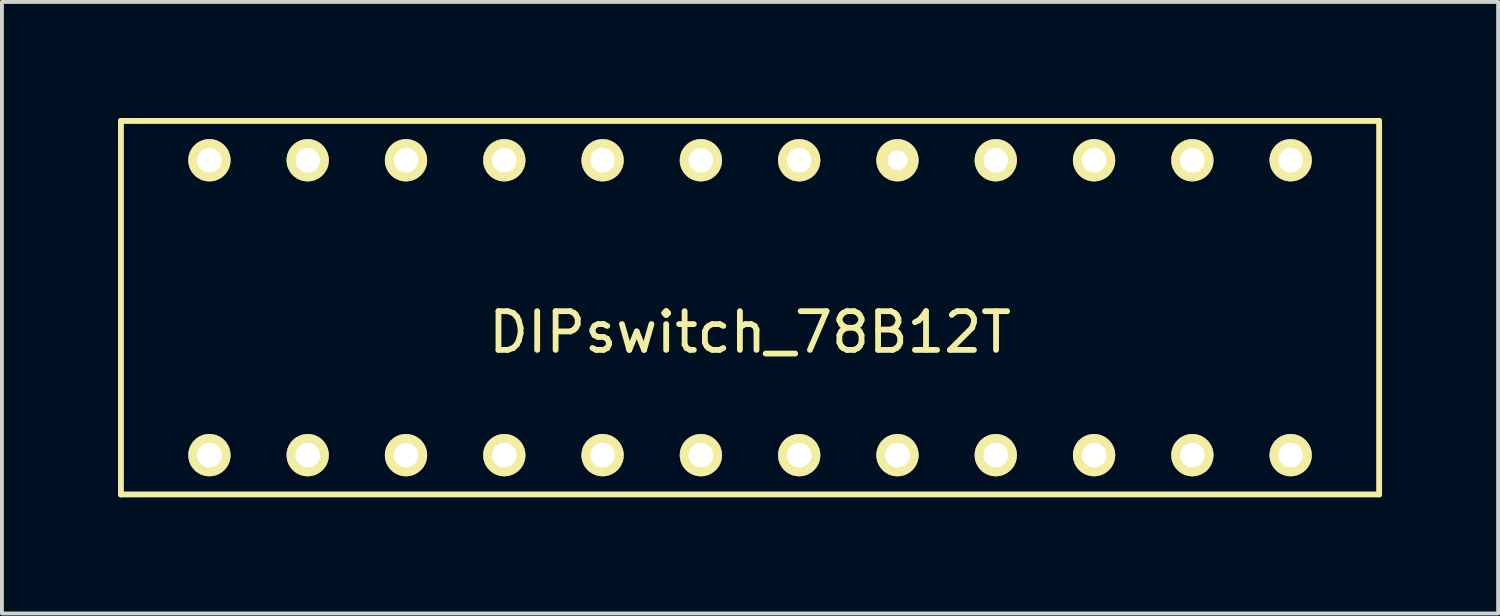
<source format=kicad_pcb>
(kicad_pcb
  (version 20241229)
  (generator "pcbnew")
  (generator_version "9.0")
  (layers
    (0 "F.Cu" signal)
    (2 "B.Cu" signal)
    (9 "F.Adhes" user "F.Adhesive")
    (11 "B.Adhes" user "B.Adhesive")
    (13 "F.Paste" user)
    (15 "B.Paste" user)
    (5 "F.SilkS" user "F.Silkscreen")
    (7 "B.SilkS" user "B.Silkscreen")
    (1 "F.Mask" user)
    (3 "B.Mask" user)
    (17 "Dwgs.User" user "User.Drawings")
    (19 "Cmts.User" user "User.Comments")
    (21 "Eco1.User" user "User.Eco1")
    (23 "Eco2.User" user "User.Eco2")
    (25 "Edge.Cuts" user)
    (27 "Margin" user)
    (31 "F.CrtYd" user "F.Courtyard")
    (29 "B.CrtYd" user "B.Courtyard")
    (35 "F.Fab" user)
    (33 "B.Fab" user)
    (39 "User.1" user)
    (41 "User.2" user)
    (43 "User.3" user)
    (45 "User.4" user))
  (footprint "DIPswitch_78B12T"
    (layer "F.Cu")
    (at 16.331 1.091)
    (property "Reference" "DIPswitch_78B12T" (at 0 4.445 0) (layer "F.SilkS") (effects (font (size 1 1) (thickness 0.15))))
    (attr through_hole)
    (fp_line (start -16.256 -1.016) (end 16.256 -1.016) (stroke (width 0.15) (type solid)) (layer "F.SilkS"))
    (fp_line (start -16.256 8.636) (end -16.256 -1.016) (stroke (width 0.15) (type solid)) (layer "F.SilkS"))
    (fp_line (start 16.256 -1.016) (end 16.256 8.636) (stroke (width 0.15) (type solid)) (layer "F.SilkS"))
    (fp_line (start 16.256 8.636) (end -16.256 8.636) (stroke (width 0.15) (type solid)) (layer "F.SilkS"))
    (pad "1" thru_hole circle (at -13.97 0) (size 1.092 1.092) (drill 0.635) (layers "*.Cu" "*.Mask" "F.SilkS"))
    (pad "2" thru_hole circle (at -13.97 7.62) (size 1.092 1.092) (drill 0.635) (layers "*.Cu" "*.Mask" "F.SilkS"))
    (pad "3" thru_hole circle (at -11.43 0) (size 1.092 1.092) (drill 0.635) (layers "*.Cu" "*.Mask" "F.SilkS"))
    (pad "4" thru_hole circle (at -11.43 7.62) (size 1.092 1.092) (drill 0.635) (layers "*.Cu" "*.Mask" "F.SilkS"))
    (pad "5" thru_hole circle (at -8.89 0) (size 1.092 1.092) (drill 0.635) (layers "*.Cu" "*.Mask" "F.SilkS"))
    (pad "6" thru_hole circle (at -8.89 7.62) (size 1.092 1.092) (drill 0.635) (layers "*.Cu" "*.Mask" "F.SilkS"))
    (pad "7" thru_hole circle (at -6.35 0) (size 1.092 1.092) (drill 0.635) (layers "*.Cu" "*.Mask" "F.SilkS"))
    (pad "8" thru_hole circle (at -6.35 7.62) (size 1.092 1.092) (drill 0.635) (layers "*.Cu" "*.Mask" "F.SilkS"))
    (pad "9" thru_hole circle (at -3.81 0) (size 1.092 1.092) (drill 0.635) (layers "*.Cu" "*.Mask" "F.SilkS"))
    (pad "10" thru_hole circle (at -3.81 7.62) (size 1.092 1.092) (drill 0.635) (layers "*.Cu" "*.Mask" "F.SilkS"))
    (pad "11" thru_hole circle (at -1.27 0) (size 1.092 1.092) (drill 0.635) (layers "*.Cu" "*.Mask" "F.SilkS"))
    (pad "12" thru_hole circle (at -1.27 7.62) (size 1.092 1.092) (drill 0.635) (layers "*.Cu" "*.Mask" "F.SilkS"))
    (pad "13" thru_hole circle (at 1.27 0) (size 1.092 1.092) (drill 0.635) (layers "*.Cu" "*.Mask" "F.SilkS"))
    (pad "14" thru_hole circle (at 1.27 7.62) (size 1.092 1.092) (drill 0.635) (layers "*.Cu" "*.Mask" "F.SilkS"))
    (pad "15" thru_hole circle (at 3.81 0) (size 1.092 1.092) (drill 0.508) (layers "*.Cu" "*.Mask" "F.SilkS"))
    (pad "16" thru_hole circle (at 3.81 7.62) (size 1.092 1.092) (drill 0.635) (layers "*.Cu" "*.Mask" "F.SilkS"))
    (pad "17" thru_hole circle (at 6.35 0) (size 1.092 1.092) (drill 0.635) (layers "*.Cu" "*.Mask" "F.SilkS"))
    (pad "18" thru_hole circle (at 6.35 7.62) (size 1.092 1.092) (drill 0.635) (layers "*.Cu" "*.Mask" "F.SilkS"))
    (pad "19" thru_hole circle (at 8.89 0) (size 1.092 1.092) (drill 0.635) (layers "*.Cu" "*.Mask" "F.SilkS"))
    (pad "20" thru_hole circle (at 8.89 7.62) (size 1.092 1.092) (drill 0.635) (layers "*.Cu" "*.Mask" "F.SilkS"))
    (pad "21" thru_hole circle (at 11.43 0) (size 1.092 1.092) (drill 0.635) (layers "*.Cu" "*.Mask" "F.SilkS"))
    (pad "22" thru_hole circle (at 11.43 7.62) (size 1.092 1.092) (drill 0.635) (layers "*.Cu" "*.Mask" "F.SilkS"))
    (pad "23" thru_hole circle (at 13.97 0) (size 1.092 1.092) (drill 0.635) (layers "*.Cu" "*.Mask" "F.SilkS"))
    (pad "24" thru_hole circle (at 13.97 7.62) (size 1.092 1.092) (drill 0.635) (layers "*.Cu" "*.Mask" "F.SilkS")))
  (gr_rect
    (start -3 -3)
    (end 35.662 12.802)
    (stroke (width 0.1) (type default))
    (fill no)
    (layer "Edge.Cuts")))
</source>
